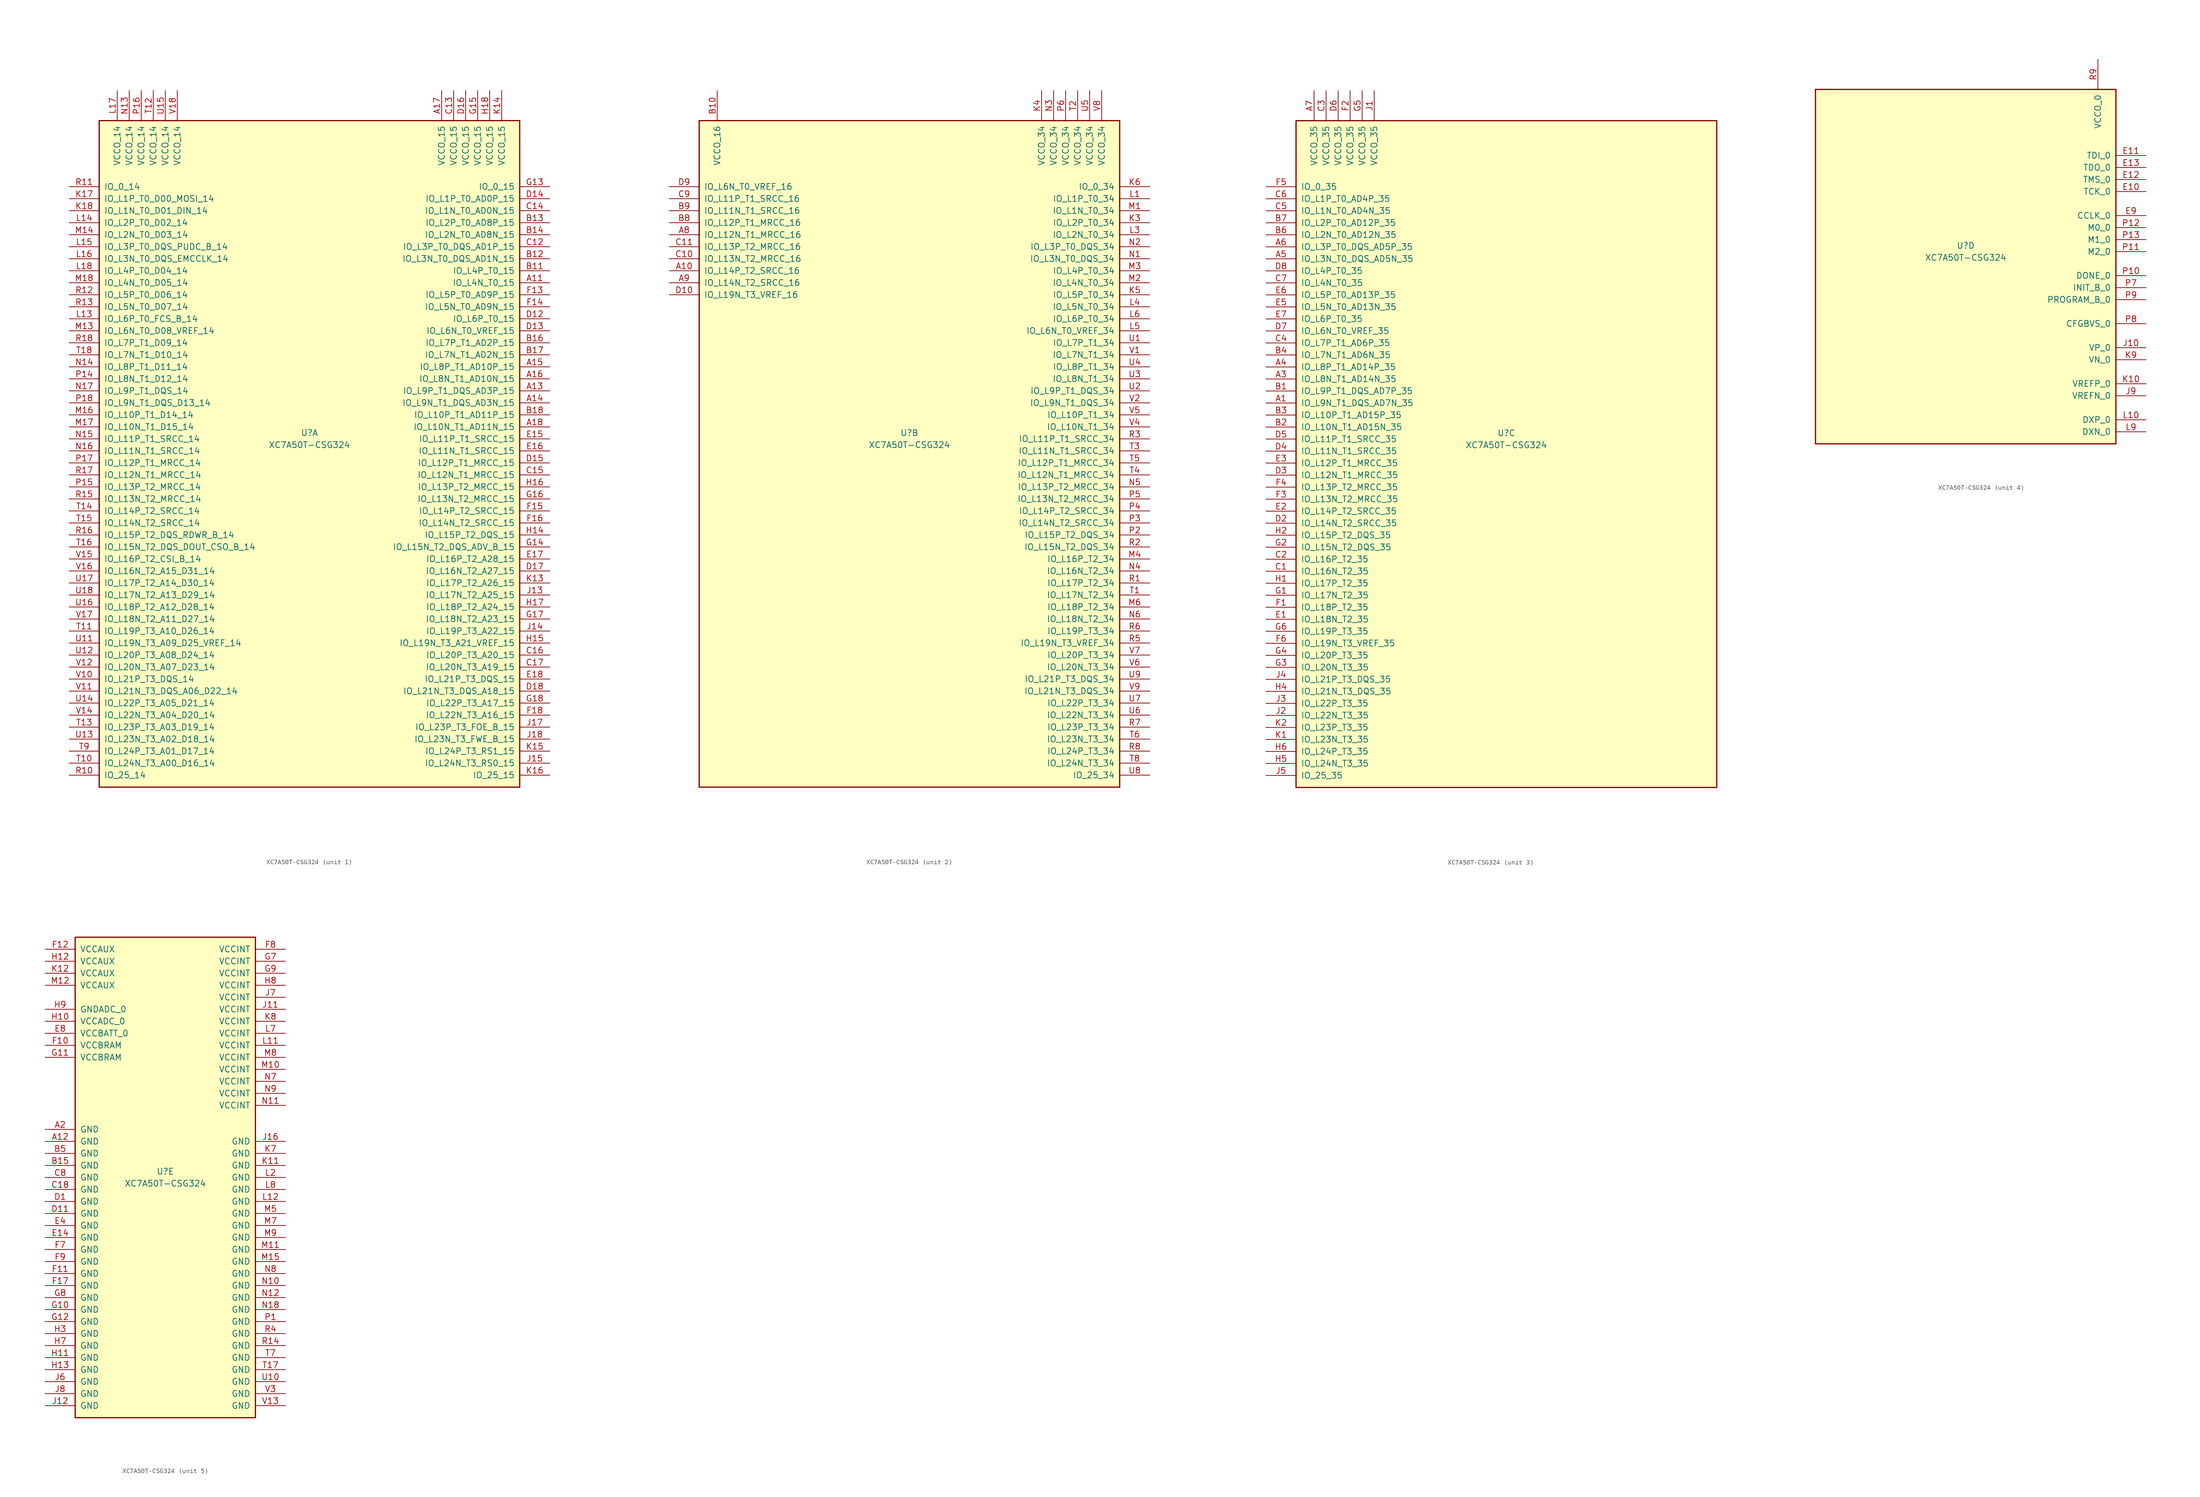
<source format=kicad_sym>
(kicad_symbol_lib
  (version 20201005)
  (generator kicad_symbol_editor)
  (symbol "XC7A50T-CSG324"
    (pin_names
      (offset 1.016))
    (property "Reference" "U"
      (at 0 1.27 0)
      (effects (font (size 1.27 1.27))))
    (property "Value" "XC7A50T-CSG324"
      (at 0 -1.27 0)
      (effects (font (size 1.27 1.27))))
    (property "Datasheet" ""
      (at 0 0 0)
      (effects (font (size 1.27 1.27))))
    (property "ki_locked" ""
      (at 0 0 0)
      (effects (font (size 1.27 1.27))))
    (symbol "XC7A50T-CSG324_1_1"
      (rectangle (start -44.45 67.31) (end 44.45 -73.66) (stroke (width 0.254)) (fill (type background)))
      (pin power_in line (at -40.64 73.66 270) (length 6.35) (name "VCCO_14" (effects (font (size 1.27 1.27)))) (number "L17" (effects (font (size 1.27 1.27)))))
      (pin power_in line (at -38.1 73.66 270) (length 6.35) (name "VCCO_14" (effects (font (size 1.27 1.27)))) (number "N13" (effects (font (size 1.27 1.27)))))
      (pin power_in line (at -35.56 73.66 270) (length 6.35) (name "VCCO_14" (effects (font (size 1.27 1.27)))) (number "P16" (effects (font (size 1.27 1.27)))))
      (pin power_in line (at -33.02 73.66 270) (length 6.35) (name "VCCO_14" (effects (font (size 1.27 1.27)))) (number "T12" (effects (font (size 1.27 1.27)))))
      (pin power_in line (at -30.48 73.66 270) (length 6.35) (name "VCCO_14" (effects (font (size 1.27 1.27)))) (number "U15" (effects (font (size 1.27 1.27)))))
      (pin power_in line (at -27.94 73.66 270) (length 6.35) (name "VCCO_14" (effects (font (size 1.27 1.27)))) (number "V18" (effects (font (size 1.27 1.27)))))
      (pin bidirectional line (at -50.8 53.34 0) (length 6.35) (name "IO_0_14" (effects (font (size 1.27 1.27)))) (number "R11" (effects (font (size 1.27 1.27)))))
      (pin bidirectional line (at -50.8 50.8 0) (length 6.35) (name "IO_L1P_T0_D00_MOSI_14" (effects (font (size 1.27 1.27)))) (number "K17" (effects (font (size 1.27 1.27)))))
      (pin bidirectional line (at -50.8 48.26 0) (length 6.35) (name "IO_L1N_T0_D01_DIN_14" (effects (font (size 1.27 1.27)))) (number "K18" (effects (font (size 1.27 1.27)))))
      (pin bidirectional line (at -50.8 45.72 0) (length 6.35) (name "IO_L2P_T0_D02_14" (effects (font (size 1.27 1.27)))) (number "L14" (effects (font (size 1.27 1.27)))))
      (pin bidirectional line (at -50.8 43.18 0) (length 6.35) (name "IO_L2N_T0_D03_14" (effects (font (size 1.27 1.27)))) (number "M14" (effects (font (size 1.27 1.27)))))
      (pin bidirectional line (at -50.8 40.64 0) (length 6.35) (name "IO_L3P_T0_DQS_PUDC_B_14" (effects (font (size 1.27 1.27)))) (number "L15" (effects (font (size 1.27 1.27)))))
      (pin bidirectional line (at -50.8 38.1 0) (length 6.35) (name "IO_L3N_T0_DQS_EMCCLK_14" (effects (font (size 1.27 1.27)))) (number "L16" (effects (font (size 1.27 1.27)))))
      (pin bidirectional line (at -50.8 35.56 0) (length 6.35) (name "IO_L4P_T0_D04_14" (effects (font (size 1.27 1.27)))) (number "L18" (effects (font (size 1.27 1.27)))))
      (pin bidirectional line (at -50.8 33.02 0) (length 6.35) (name "IO_L4N_T0_D05_14" (effects (font (size 1.27 1.27)))) (number "M18" (effects (font (size 1.27 1.27)))))
      (pin bidirectional line (at -50.8 30.48 0) (length 6.35) (name "IO_L5P_T0_D06_14" (effects (font (size 1.27 1.27)))) (number "R12" (effects (font (size 1.27 1.27)))))
      (pin bidirectional line (at -50.8 27.94 0) (length 6.35) (name "IO_L5N_T0_D07_14" (effects (font (size 1.27 1.27)))) (number "R13" (effects (font (size 1.27 1.27)))))
      (pin bidirectional line (at -50.8 25.4 0) (length 6.35) (name "IO_L6P_T0_FCS_B_14" (effects (font (size 1.27 1.27)))) (number "L13" (effects (font (size 1.27 1.27)))))
      (pin bidirectional line (at -50.8 22.86 0) (length 6.35) (name "IO_L6N_T0_D08_VREF_14" (effects (font (size 1.27 1.27)))) (number "M13" (effects (font (size 1.27 1.27)))))
      (pin bidirectional line (at -50.8 20.32 0) (length 6.35) (name "IO_L7P_T1_D09_14" (effects (font (size 1.27 1.27)))) (number "R18" (effects (font (size 1.27 1.27)))))
      (pin bidirectional line (at -50.8 17.78 0) (length 6.35) (name "IO_L7N_T1_D10_14" (effects (font (size 1.27 1.27)))) (number "T18" (effects (font (size 1.27 1.27)))))
      (pin bidirectional line (at -50.8 15.24 0) (length 6.35) (name "IO_L8P_T1_D11_14" (effects (font (size 1.27 1.27)))) (number "N14" (effects (font (size 1.27 1.27)))))
      (pin bidirectional line (at -50.8 12.7 0) (length 6.35) (name "IO_L8N_T1_D12_14" (effects (font (size 1.27 1.27)))) (number "P14" (effects (font (size 1.27 1.27)))))
      (pin bidirectional line (at -50.8 10.16 0) (length 6.35) (name "IO_L9P_T1_DQS_14" (effects (font (size 1.27 1.27)))) (number "N17" (effects (font (size 1.27 1.27)))))
      (pin bidirectional line (at -50.8 7.62 0) (length 6.35) (name "IO_L9N_T1_DQS_D13_14" (effects (font (size 1.27 1.27)))) (number "P18" (effects (font (size 1.27 1.27)))))
      (pin bidirectional line (at -50.8 5.08 0) (length 6.35) (name "IO_L10P_T1_D14_14" (effects (font (size 1.27 1.27)))) (number "M16" (effects (font (size 1.27 1.27)))))
      (pin bidirectional line (at -50.8 2.54 0) (length 6.35) (name "IO_L10N_T1_D15_14" (effects (font (size 1.27 1.27)))) (number "M17" (effects (font (size 1.27 1.27)))))
      (pin bidirectional line (at -50.8 0 0) (length 6.35) (name "IO_L11P_T1_SRCC_14" (effects (font (size 1.27 1.27)))) (number "N15" (effects (font (size 1.27 1.27)))))
      (pin bidirectional line (at -50.8 -2.54 0) (length 6.35) (name "IO_L11N_T1_SRCC_14" (effects (font (size 1.27 1.27)))) (number "N16" (effects (font (size 1.27 1.27)))))
      (pin bidirectional line (at -50.8 -5.08 0) (length 6.35) (name "IO_L12P_T1_MRCC_14" (effects (font (size 1.27 1.27)))) (number "P17" (effects (font (size 1.27 1.27)))))
      (pin bidirectional line (at -50.8 -7.62 0) (length 6.35) (name "IO_L12N_T1_MRCC_14" (effects (font (size 1.27 1.27)))) (number "R17" (effects (font (size 1.27 1.27)))))
      (pin bidirectional line (at -50.8 -10.16 0) (length 6.35) (name "IO_L13P_T2_MRCC_14" (effects (font (size 1.27 1.27)))) (number "P15" (effects (font (size 1.27 1.27)))))
      (pin bidirectional line (at -50.8 -12.7 0) (length 6.35) (name "IO_L13N_T2_MRCC_14" (effects (font (size 1.27 1.27)))) (number "R15" (effects (font (size 1.27 1.27)))))
      (pin bidirectional line (at -50.8 -15.24 0) (length 6.35) (name "IO_L14P_T2_SRCC_14" (effects (font (size 1.27 1.27)))) (number "T14" (effects (font (size 1.27 1.27)))))
      (pin bidirectional line (at -50.8 -17.78 0) (length 6.35) (name "IO_L14N_T2_SRCC_14" (effects (font (size 1.27 1.27)))) (number "T15" (effects (font (size 1.27 1.27)))))
      (pin bidirectional line (at -50.8 -20.32 0) (length 6.35) (name "IO_L15P_T2_DQS_RDWR_B_14" (effects (font (size 1.27 1.27)))) (number "R16" (effects (font (size 1.27 1.27)))))
      (pin bidirectional line (at -50.8 -22.86 0) (length 6.35) (name "IO_L15N_T2_DQS_DOUT_CSO_B_14" (effects (font (size 1.27 1.27)))) (number "T16" (effects (font (size 1.27 1.27)))))
      (pin bidirectional line (at -50.8 -25.4 0) (length 6.35) (name "IO_L16P_T2_CSI_B_14" (effects (font (size 1.27 1.27)))) (number "V15" (effects (font (size 1.27 1.27)))))
      (pin bidirectional line (at -50.8 -27.94 0) (length 6.35) (name "IO_L16N_T2_A15_D31_14" (effects (font (size 1.27 1.27)))) (number "V16" (effects (font (size 1.27 1.27)))))
      (pin bidirectional line (at -50.8 -30.48 0) (length 6.35) (name "IO_L17P_T2_A14_D30_14" (effects (font (size 1.27 1.27)))) (number "U17" (effects (font (size 1.27 1.27)))))
      (pin bidirectional line (at -50.8 -33.02 0) (length 6.35) (name "IO_L17N_T2_A13_D29_14" (effects (font (size 1.27 1.27)))) (number "U18" (effects (font (size 1.27 1.27)))))
      (pin bidirectional line (at -50.8 -35.56 0) (length 6.35) (name "IO_L18P_T2_A12_D28_14" (effects (font (size 1.27 1.27)))) (number "U16" (effects (font (size 1.27 1.27)))))
      (pin bidirectional line (at -50.8 -38.1 0) (length 6.35) (name "IO_L18N_T2_A11_D27_14" (effects (font (size 1.27 1.27)))) (number "V17" (effects (font (size 1.27 1.27)))))
      (pin bidirectional line (at -50.8 -40.64 0) (length 6.35) (name "IO_L19P_T3_A10_D26_14" (effects (font (size 1.27 1.27)))) (number "T11" (effects (font (size 1.27 1.27)))))
      (pin bidirectional line (at -50.8 -43.18 0) (length 6.35) (name "IO_L19N_T3_A09_D25_VREF_14" (effects (font (size 1.27 1.27)))) (number "U11" (effects (font (size 1.27 1.27)))))
      (pin bidirectional line (at -50.8 -45.72 0) (length 6.35) (name "IO_L20P_T3_A08_D24_14" (effects (font (size 1.27 1.27)))) (number "U12" (effects (font (size 1.27 1.27)))))
      (pin bidirectional line (at -50.8 -48.26 0) (length 6.35) (name "IO_L20N_T3_A07_D23_14" (effects (font (size 1.27 1.27)))) (number "V12" (effects (font (size 1.27 1.27)))))
      (pin bidirectional line (at -50.8 -50.8 0) (length 6.35) (name "IO_L21P_T3_DQS_14" (effects (font (size 1.27 1.27)))) (number "V10" (effects (font (size 1.27 1.27)))))
      (pin bidirectional line (at -50.8 -53.34 0) (length 6.35) (name "IO_L21N_T3_DQS_A06_D22_14" (effects (font (size 1.27 1.27)))) (number "V11" (effects (font (size 1.27 1.27)))))
      (pin bidirectional line (at -50.8 -55.88 0) (length 6.35) (name "IO_L22P_T3_A05_D21_14" (effects (font (size 1.27 1.27)))) (number "U14" (effects (font (size 1.27 1.27)))))
      (pin bidirectional line (at -50.8 -58.42 0) (length 6.35) (name "IO_L22N_T3_A04_D20_14" (effects (font (size 1.27 1.27)))) (number "V14" (effects (font (size 1.27 1.27)))))
      (pin bidirectional line (at -50.8 -60.96 0) (length 6.35) (name "IO_L23P_T3_A03_D19_14" (effects (font (size 1.27 1.27)))) (number "T13" (effects (font (size 1.27 1.27)))))
      (pin bidirectional line (at -50.8 -63.5 0) (length 6.35) (name "IO_L23N_T3_A02_D18_14" (effects (font (size 1.27 1.27)))) (number "U13" (effects (font (size 1.27 1.27)))))
      (pin bidirectional line (at -50.8 -66.04 0) (length 6.35) (name "IO_L24P_T3_A01_D17_14" (effects (font (size 1.27 1.27)))) (number "T9" (effects (font (size 1.27 1.27)))))
      (pin bidirectional line (at -50.8 -68.58 0) (length 6.35) (name "IO_L24N_T3_A00_D16_14" (effects (font (size 1.27 1.27)))) (number "T10" (effects (font (size 1.27 1.27)))))
      (pin bidirectional line (at -50.8 -71.12 0) (length 6.35) (name "IO_25_14" (effects (font (size 1.27 1.27)))) (number "R10" (effects (font (size 1.27 1.27)))))
      (pin power_in line (at 27.94 73.66 270) (length 6.35) (name "VCCO_15" (effects (font (size 1.27 1.27)))) (number "A17" (effects (font (size 1.27 1.27)))))
      (pin power_in line (at 30.48 73.66 270) (length 6.35) (name "VCCO_15" (effects (font (size 1.27 1.27)))) (number "C13" (effects (font (size 1.27 1.27)))))
      (pin power_in line (at 33.02 73.66 270) (length 6.35) (name "VCCO_15" (effects (font (size 1.27 1.27)))) (number "D16" (effects (font (size 1.27 1.27)))))
      (pin power_in line (at 35.56 73.66 270) (length 6.35) (name "VCCO_15" (effects (font (size 1.27 1.27)))) (number "G15" (effects (font (size 1.27 1.27)))))
      (pin power_in line (at 38.1 73.66 270) (length 6.35) (name "VCCO_15" (effects (font (size 1.27 1.27)))) (number "H18" (effects (font (size 1.27 1.27)))))
      (pin power_in line (at 40.64 73.66 270) (length 6.35) (name "VCCO_15" (effects (font (size 1.27 1.27)))) (number "K14" (effects (font (size 1.27 1.27)))))
      (pin bidirectional line (at 50.8 53.34 180) (length 6.35) (name "IO_0_15" (effects (font (size 1.27 1.27)))) (number "G13" (effects (font (size 1.27 1.27)))))
      (pin bidirectional line (at 50.8 50.8 180) (length 6.35) (name "IO_L1P_T0_AD0P_15" (effects (font (size 1.27 1.27)))) (number "D14" (effects (font (size 1.27 1.27)))))
      (pin bidirectional line (at 50.8 48.26 180) (length 6.35) (name "IO_L1N_T0_AD0N_15" (effects (font (size 1.27 1.27)))) (number "C14" (effects (font (size 1.27 1.27)))))
      (pin bidirectional line (at 50.8 45.72 180) (length 6.35) (name "IO_L2P_T0_AD8P_15" (effects (font (size 1.27 1.27)))) (number "B13" (effects (font (size 1.27 1.27)))))
      (pin bidirectional line (at 50.8 43.18 180) (length 6.35) (name "IO_L2N_T0_AD8N_15" (effects (font (size 1.27 1.27)))) (number "B14" (effects (font (size 1.27 1.27)))))
      (pin bidirectional line (at 50.8 40.64 180) (length 6.35) (name "IO_L3P_T0_DQS_AD1P_15" (effects (font (size 1.27 1.27)))) (number "C12" (effects (font (size 1.27 1.27)))))
      (pin bidirectional line (at 50.8 38.1 180) (length 6.35) (name "IO_L3N_T0_DQS_AD1N_15" (effects (font (size 1.27 1.27)))) (number "B12" (effects (font (size 1.27 1.27)))))
      (pin bidirectional line (at 50.8 35.56 180) (length 6.35) (name "IO_L4P_T0_15" (effects (font (size 1.27 1.27)))) (number "B11" (effects (font (size 1.27 1.27)))))
      (pin bidirectional line (at 50.8 33.02 180) (length 6.35) (name "IO_L4N_T0_15" (effects (font (size 1.27 1.27)))) (number "A11" (effects (font (size 1.27 1.27)))))
      (pin bidirectional line (at 50.8 30.48 180) (length 6.35) (name "IO_L5P_T0_AD9P_15" (effects (font (size 1.27 1.27)))) (number "F13" (effects (font (size 1.27 1.27)))))
      (pin bidirectional line (at 50.8 27.94 180) (length 6.35) (name "IO_L5N_T0_AD9N_15" (effects (font (size 1.27 1.27)))) (number "F14" (effects (font (size 1.27 1.27)))))
      (pin bidirectional line (at 50.8 25.4 180) (length 6.35) (name "IO_L6P_T0_15" (effects (font (size 1.27 1.27)))) (number "D12" (effects (font (size 1.27 1.27)))))
      (pin bidirectional line (at 50.8 22.86 180) (length 6.35) (name "IO_L6N_T0_VREF_15" (effects (font (size 1.27 1.27)))) (number "D13" (effects (font (size 1.27 1.27)))))
      (pin bidirectional line (at 50.8 20.32 180) (length 6.35) (name "IO_L7P_T1_AD2P_15" (effects (font (size 1.27 1.27)))) (number "B16" (effects (font (size 1.27 1.27)))))
      (pin bidirectional line (at 50.8 17.78 180) (length 6.35) (name "IO_L7N_T1_AD2N_15" (effects (font (size 1.27 1.27)))) (number "B17" (effects (font (size 1.27 1.27)))))
      (pin bidirectional line (at 50.8 15.24 180) (length 6.35) (name "IO_L8P_T1_AD10P_15" (effects (font (size 1.27 1.27)))) (number "A15" (effects (font (size 1.27 1.27)))))
      (pin bidirectional line (at 50.8 12.7 180) (length 6.35) (name "IO_L8N_T1_AD10N_15" (effects (font (size 1.27 1.27)))) (number "A16" (effects (font (size 1.27 1.27)))))
      (pin bidirectional line (at 50.8 10.16 180) (length 6.35) (name "IO_L9P_T1_DQS_AD3P_15" (effects (font (size 1.27 1.27)))) (number "A13" (effects (font (size 1.27 1.27)))))
      (pin bidirectional line (at 50.8 7.62 180) (length 6.35) (name "IO_L9N_T1_DQS_AD3N_15" (effects (font (size 1.27 1.27)))) (number "A14" (effects (font (size 1.27 1.27)))))
      (pin bidirectional line (at 50.8 5.08 180) (length 6.35) (name "IO_L10P_T1_AD11P_15" (effects (font (size 1.27 1.27)))) (number "B18" (effects (font (size 1.27 1.27)))))
      (pin bidirectional line (at 50.8 2.54 180) (length 6.35) (name "IO_L10N_T1_AD11N_15" (effects (font (size 1.27 1.27)))) (number "A18" (effects (font (size 1.27 1.27)))))
      (pin bidirectional line (at 50.8 0 180) (length 6.35) (name "IO_L11P_T1_SRCC_15" (effects (font (size 1.27 1.27)))) (number "E15" (effects (font (size 1.27 1.27)))))
      (pin bidirectional line (at 50.8 -2.54 180) (length 6.35) (name "IO_L11N_T1_SRCC_15" (effects (font (size 1.27 1.27)))) (number "E16" (effects (font (size 1.27 1.27)))))
      (pin bidirectional line (at 50.8 -5.08 180) (length 6.35) (name "IO_L12P_T1_MRCC_15" (effects (font (size 1.27 1.27)))) (number "D15" (effects (font (size 1.27 1.27)))))
      (pin bidirectional line (at 50.8 -7.62 180) (length 6.35) (name "IO_L12N_T1_MRCC_15" (effects (font (size 1.27 1.27)))) (number "C15" (effects (font (size 1.27 1.27)))))
      (pin bidirectional line (at 50.8 -10.16 180) (length 6.35) (name "IO_L13P_T2_MRCC_15" (effects (font (size 1.27 1.27)))) (number "H16" (effects (font (size 1.27 1.27)))))
      (pin bidirectional line (at 50.8 -12.7 180) (length 6.35) (name "IO_L13N_T2_MRCC_15" (effects (font (size 1.27 1.27)))) (number "G16" (effects (font (size 1.27 1.27)))))
      (pin bidirectional line (at 50.8 -15.24 180) (length 6.35) (name "IO_L14P_T2_SRCC_15" (effects (font (size 1.27 1.27)))) (number "F15" (effects (font (size 1.27 1.27)))))
      (pin bidirectional line (at 50.8 -17.78 180) (length 6.35) (name "IO_L14N_T2_SRCC_15" (effects (font (size 1.27 1.27)))) (number "F16" (effects (font (size 1.27 1.27)))))
      (pin bidirectional line (at 50.8 -20.32 180) (length 6.35) (name "IO_L15P_T2_DQS_15" (effects (font (size 1.27 1.27)))) (number "H14" (effects (font (size 1.27 1.27)))))
      (pin bidirectional line (at 50.8 -22.86 180) (length 6.35) (name "IO_L15N_T2_DQS_ADV_B_15" (effects (font (size 1.27 1.27)))) (number "G14" (effects (font (size 1.27 1.27)))))
      (pin bidirectional line (at 50.8 -25.4 180) (length 6.35) (name "IO_L16P_T2_A28_15" (effects (font (size 1.27 1.27)))) (number "E17" (effects (font (size 1.27 1.27)))))
      (pin bidirectional line (at 50.8 -27.94 180) (length 6.35) (name "IO_L16N_T2_A27_15" (effects (font (size 1.27 1.27)))) (number "D17" (effects (font (size 1.27 1.27)))))
      (pin bidirectional line (at 50.8 -30.48 180) (length 6.35) (name "IO_L17P_T2_A26_15" (effects (font (size 1.27 1.27)))) (number "K13" (effects (font (size 1.27 1.27)))))
      (pin bidirectional line (at 50.8 -33.02 180) (length 6.35) (name "IO_L17N_T2_A25_15" (effects (font (size 1.27 1.27)))) (number "J13" (effects (font (size 1.27 1.27)))))
      (pin bidirectional line (at 50.8 -35.56 180) (length 6.35) (name "IO_L18P_T2_A24_15" (effects (font (size 1.27 1.27)))) (number "H17" (effects (font (size 1.27 1.27)))))
      (pin bidirectional line (at 50.8 -38.1 180) (length 6.35) (name "IO_L18N_T2_A23_15" (effects (font (size 1.27 1.27)))) (number "G17" (effects (font (size 1.27 1.27)))))
      (pin bidirectional line (at 50.8 -40.64 180) (length 6.35) (name "IO_L19P_T3_A22_15" (effects (font (size 1.27 1.27)))) (number "J14" (effects (font (size 1.27 1.27)))))
      (pin bidirectional line (at 50.8 -43.18 180) (length 6.35) (name "IO_L19N_T3_A21_VREF_15" (effects (font (size 1.27 1.27)))) (number "H15" (effects (font (size 1.27 1.27)))))
      (pin bidirectional line (at 50.8 -45.72 180) (length 6.35) (name "IO_L20P_T3_A20_15" (effects (font (size 1.27 1.27)))) (number "C16" (effects (font (size 1.27 1.27)))))
      (pin bidirectional line (at 50.8 -48.26 180) (length 6.35) (name "IO_L20N_T3_A19_15" (effects (font (size 1.27 1.27)))) (number "C17" (effects (font (size 1.27 1.27)))))
      (pin bidirectional line (at 50.8 -50.8 180) (length 6.35) (name "IO_L21P_T3_DQS_15" (effects (font (size 1.27 1.27)))) (number "E18" (effects (font (size 1.27 1.27)))))
      (pin bidirectional line (at 50.8 -53.34 180) (length 6.35) (name "IO_L21N_T3_DQS_A18_15" (effects (font (size 1.27 1.27)))) (number "D18" (effects (font (size 1.27 1.27)))))
      (pin bidirectional line (at 50.8 -55.88 180) (length 6.35) (name "IO_L22P_T3_A17_15" (effects (font (size 1.27 1.27)))) (number "G18" (effects (font (size 1.27 1.27)))))
      (pin bidirectional line (at 50.8 -58.42 180) (length 6.35) (name "IO_L22N_T3_A16_15" (effects (font (size 1.27 1.27)))) (number "F18" (effects (font (size 1.27 1.27)))))
      (pin bidirectional line (at 50.8 -60.96 180) (length 6.35) (name "IO_L23P_T3_FOE_B_15" (effects (font (size 1.27 1.27)))) (number "J17" (effects (font (size 1.27 1.27)))))
      (pin bidirectional line (at 50.8 -63.5 180) (length 6.35) (name "IO_L23N_T3_FWE_B_15" (effects (font (size 1.27 1.27)))) (number "J18" (effects (font (size 1.27 1.27)))))
      (pin bidirectional line (at 50.8 -66.04 180) (length 6.35) (name "IO_L24P_T3_RS1_15" (effects (font (size 1.27 1.27)))) (number "K15" (effects (font (size 1.27 1.27)))))
      (pin bidirectional line (at 50.8 -68.58 180) (length 6.35) (name "IO_L24N_T3_RS0_15" (effects (font (size 1.27 1.27)))) (number "J15" (effects (font (size 1.27 1.27)))))
      (pin bidirectional line (at 50.8 -71.12 180) (length 6.35) (name "IO_25_15" (effects (font (size 1.27 1.27)))) (number "K16" (effects (font (size 1.27 1.27))))))
    (symbol "XC7A50T-CSG324_2_1"
      (rectangle (start -44.45 67.31) (end 44.45 -73.66) (stroke (width 0.254)) (fill (type background)))
      (pin power_in line (at -40.64 73.66 270) (length 6.35) (name "VCCO_16" (effects (font (size 1.27 1.27)))) (number "B10" (effects (font (size 1.27 1.27)))))
      (pin bidirectional line (at -50.8 53.34 0) (length 6.35) (name "IO_L6N_T0_VREF_16" (effects (font (size 1.27 1.27)))) (number "D9" (effects (font (size 1.27 1.27)))))
      (pin bidirectional line (at -50.8 50.8 0) (length 6.35) (name "IO_L11P_T1_SRCC_16" (effects (font (size 1.27 1.27)))) (number "C9" (effects (font (size 1.27 1.27)))))
      (pin bidirectional line (at -50.8 48.26 0) (length 6.35) (name "IO_L11N_T1_SRCC_16" (effects (font (size 1.27 1.27)))) (number "B9" (effects (font (size 1.27 1.27)))))
      (pin bidirectional line (at -50.8 45.72 0) (length 6.35) (name "IO_L12P_T1_MRCC_16" (effects (font (size 1.27 1.27)))) (number "B8" (effects (font (size 1.27 1.27)))))
      (pin bidirectional line (at -50.8 43.18 0) (length 6.35) (name "IO_L12N_T1_MRCC_16" (effects (font (size 1.27 1.27)))) (number "A8" (effects (font (size 1.27 1.27)))))
      (pin bidirectional line (at -50.8 40.64 0) (length 6.35) (name "IO_L13P_T2_MRCC_16" (effects (font (size 1.27 1.27)))) (number "C11" (effects (font (size 1.27 1.27)))))
      (pin bidirectional line (at -50.8 38.1 0) (length 6.35) (name "IO_L13N_T2_MRCC_16" (effects (font (size 1.27 1.27)))) (number "C10" (effects (font (size 1.27 1.27)))))
      (pin bidirectional line (at -50.8 35.56 0) (length 6.35) (name "IO_L14P_T2_SRCC_16" (effects (font (size 1.27 1.27)))) (number "A10" (effects (font (size 1.27 1.27)))))
      (pin bidirectional line (at -50.8 33.02 0) (length 6.35) (name "IO_L14N_T2_SRCC_16" (effects (font (size 1.27 1.27)))) (number "A9" (effects (font (size 1.27 1.27)))))
      (pin bidirectional line (at -50.8 30.48 0) (length 6.35) (name "IO_L19N_T3_VREF_16" (effects (font (size 1.27 1.27)))) (number "D10" (effects (font (size 1.27 1.27)))))
      (pin power_in line (at 27.94 73.66 270) (length 6.35) (name "VCCO_34" (effects (font (size 1.27 1.27)))) (number "K4" (effects (font (size 1.27 1.27)))))
      (pin power_in line (at 30.48 73.66 270) (length 6.35) (name "VCCO_34" (effects (font (size 1.27 1.27)))) (number "N3" (effects (font (size 1.27 1.27)))))
      (pin power_in line (at 33.02 73.66 270) (length 6.35) (name "VCCO_34" (effects (font (size 1.27 1.27)))) (number "P6" (effects (font (size 1.27 1.27)))))
      (pin power_in line (at 35.56 73.66 270) (length 6.35) (name "VCCO_34" (effects (font (size 1.27 1.27)))) (number "T2" (effects (font (size 1.27 1.27)))))
      (pin power_in line (at 38.1 73.66 270) (length 6.35) (name "VCCO_34" (effects (font (size 1.27 1.27)))) (number "U5" (effects (font (size 1.27 1.27)))))
      (pin power_in line (at 40.64 73.66 270) (length 6.35) (name "VCCO_34" (effects (font (size 1.27 1.27)))) (number "V8" (effects (font (size 1.27 1.27)))))
      (pin bidirectional line (at 50.8 53.34 180) (length 6.35) (name "IO_0_34" (effects (font (size 1.27 1.27)))) (number "K6" (effects (font (size 1.27 1.27)))))
      (pin bidirectional line (at 50.8 50.8 180) (length 6.35) (name "IO_L1P_T0_34" (effects (font (size 1.27 1.27)))) (number "L1" (effects (font (size 1.27 1.27)))))
      (pin bidirectional line (at 50.8 48.26 180) (length 6.35) (name "IO_L1N_T0_34" (effects (font (size 1.27 1.27)))) (number "M1" (effects (font (size 1.27 1.27)))))
      (pin bidirectional line (at 50.8 45.72 180) (length 6.35) (name "IO_L2P_T0_34" (effects (font (size 1.27 1.27)))) (number "K3" (effects (font (size 1.27 1.27)))))
      (pin bidirectional line (at 50.8 43.18 180) (length 6.35) (name "IO_L2N_T0_34" (effects (font (size 1.27 1.27)))) (number "L3" (effects (font (size 1.27 1.27)))))
      (pin bidirectional line (at 50.8 40.64 180) (length 6.35) (name "IO_L3P_T0_DQS_34" (effects (font (size 1.27 1.27)))) (number "N2" (effects (font (size 1.27 1.27)))))
      (pin bidirectional line (at 50.8 38.1 180) (length 6.35) (name "IO_L3N_T0_DQS_34" (effects (font (size 1.27 1.27)))) (number "N1" (effects (font (size 1.27 1.27)))))
      (pin bidirectional line (at 50.8 35.56 180) (length 6.35) (name "IO_L4P_T0_34" (effects (font (size 1.27 1.27)))) (number "M3" (effects (font (size 1.27 1.27)))))
      (pin bidirectional line (at 50.8 33.02 180) (length 6.35) (name "IO_L4N_T0_34" (effects (font (size 1.27 1.27)))) (number "M2" (effects (font (size 1.27 1.27)))))
      (pin bidirectional line (at 50.8 30.48 180) (length 6.35) (name "IO_L5P_T0_34" (effects (font (size 1.27 1.27)))) (number "K5" (effects (font (size 1.27 1.27)))))
      (pin bidirectional line (at 50.8 27.94 180) (length 6.35) (name "IO_L5N_T0_34" (effects (font (size 1.27 1.27)))) (number "L4" (effects (font (size 1.27 1.27)))))
      (pin bidirectional line (at 50.8 25.4 180) (length 6.35) (name "IO_L6P_T0_34" (effects (font (size 1.27 1.27)))) (number "L6" (effects (font (size 1.27 1.27)))))
      (pin bidirectional line (at 50.8 22.86 180) (length 6.35) (name "IO_L6N_T0_VREF_34" (effects (font (size 1.27 1.27)))) (number "L5" (effects (font (size 1.27 1.27)))))
      (pin bidirectional line (at 50.8 20.32 180) (length 6.35) (name "IO_L7P_T1_34" (effects (font (size 1.27 1.27)))) (number "U1" (effects (font (size 1.27 1.27)))))
      (pin bidirectional line (at 50.8 17.78 180) (length 6.35) (name "IO_L7N_T1_34" (effects (font (size 1.27 1.27)))) (number "V1" (effects (font (size 1.27 1.27)))))
      (pin bidirectional line (at 50.8 15.24 180) (length 6.35) (name "IO_L8P_T1_34" (effects (font (size 1.27 1.27)))) (number "U4" (effects (font (size 1.27 1.27)))))
      (pin bidirectional line (at 50.8 12.7 180) (length 6.35) (name "IO_L8N_T1_34" (effects (font (size 1.27 1.27)))) (number "U3" (effects (font (size 1.27 1.27)))))
      (pin bidirectional line (at 50.8 10.16 180) (length 6.35) (name "IO_L9P_T1_DQS_34" (effects (font (size 1.27 1.27)))) (number "U2" (effects (font (size 1.27 1.27)))))
      (pin bidirectional line (at 50.8 7.62 180) (length 6.35) (name "IO_L9N_T1_DQS_34" (effects (font (size 1.27 1.27)))) (number "V2" (effects (font (size 1.27 1.27)))))
      (pin bidirectional line (at 50.8 5.08 180) (length 6.35) (name "IO_L10P_T1_34" (effects (font (size 1.27 1.27)))) (number "V5" (effects (font (size 1.27 1.27)))))
      (pin bidirectional line (at 50.8 2.54 180) (length 6.35) (name "IO_L10N_T1_34" (effects (font (size 1.27 1.27)))) (number "V4" (effects (font (size 1.27 1.27)))))
      (pin bidirectional line (at 50.8 0 180) (length 6.35) (name "IO_L11P_T1_SRCC_34" (effects (font (size 1.27 1.27)))) (number "R3" (effects (font (size 1.27 1.27)))))
      (pin bidirectional line (at 50.8 -2.54 180) (length 6.35) (name "IO_L11N_T1_SRCC_34" (effects (font (size 1.27 1.27)))) (number "T3" (effects (font (size 1.27 1.27)))))
      (pin bidirectional line (at 50.8 -5.08 180) (length 6.35) (name "IO_L12P_T1_MRCC_34" (effects (font (size 1.27 1.27)))) (number "T5" (effects (font (size 1.27 1.27)))))
      (pin bidirectional line (at 50.8 -7.62 180) (length 6.35) (name "IO_L12N_T1_MRCC_34" (effects (font (size 1.27 1.27)))) (number "T4" (effects (font (size 1.27 1.27)))))
      (pin bidirectional line (at 50.8 -10.16 180) (length 6.35) (name "IO_L13P_T2_MRCC_34" (effects (font (size 1.27 1.27)))) (number "N5" (effects (font (size 1.27 1.27)))))
      (pin bidirectional line (at 50.8 -12.7 180) (length 6.35) (name "IO_L13N_T2_MRCC_34" (effects (font (size 1.27 1.27)))) (number "P5" (effects (font (size 1.27 1.27)))))
      (pin bidirectional line (at 50.8 -15.24 180) (length 6.35) (name "IO_L14P_T2_SRCC_34" (effects (font (size 1.27 1.27)))) (number "P4" (effects (font (size 1.27 1.27)))))
      (pin bidirectional line (at 50.8 -17.78 180) (length 6.35) (name "IO_L14N_T2_SRCC_34" (effects (font (size 1.27 1.27)))) (number "P3" (effects (font (size 1.27 1.27)))))
      (pin bidirectional line (at 50.8 -20.32 180) (length 6.35) (name "IO_L15P_T2_DQS_34" (effects (font (size 1.27 1.27)))) (number "P2" (effects (font (size 1.27 1.27)))))
      (pin bidirectional line (at 50.8 -22.86 180) (length 6.35) (name "IO_L15N_T2_DQS_34" (effects (font (size 1.27 1.27)))) (number "R2" (effects (font (size 1.27 1.27)))))
      (pin bidirectional line (at 50.8 -25.4 180) (length 6.35) (name "IO_L16P_T2_34" (effects (font (size 1.27 1.27)))) (number "M4" (effects (font (size 1.27 1.27)))))
      (pin bidirectional line (at 50.8 -27.94 180) (length 6.35) (name "IO_L16N_T2_34" (effects (font (size 1.27 1.27)))) (number "N4" (effects (font (size 1.27 1.27)))))
      (pin bidirectional line (at 50.8 -30.48 180) (length 6.35) (name "IO_L17P_T2_34" (effects (font (size 1.27 1.27)))) (number "R1" (effects (font (size 1.27 1.27)))))
      (pin bidirectional line (at 50.8 -33.02 180) (length 6.35) (name "IO_L17N_T2_34" (effects (font (size 1.27 1.27)))) (number "T1" (effects (font (size 1.27 1.27)))))
      (pin bidirectional line (at 50.8 -35.56 180) (length 6.35) (name "IO_L18P_T2_34" (effects (font (size 1.27 1.27)))) (number "M6" (effects (font (size 1.27 1.27)))))
      (pin bidirectional line (at 50.8 -38.1 180) (length 6.35) (name "IO_L18N_T2_34" (effects (font (size 1.27 1.27)))) (number "N6" (effects (font (size 1.27 1.27)))))
      (pin bidirectional line (at 50.8 -40.64 180) (length 6.35) (name "IO_L19P_T3_34" (effects (font (size 1.27 1.27)))) (number "R6" (effects (font (size 1.27 1.27)))))
      (pin bidirectional line (at 50.8 -43.18 180) (length 6.35) (name "IO_L19N_T3_VREF_34" (effects (font (size 1.27 1.27)))) (number "R5" (effects (font (size 1.27 1.27)))))
      (pin bidirectional line (at 50.8 -45.72 180) (length 6.35) (name "IO_L20P_T3_34" (effects (font (size 1.27 1.27)))) (number "V7" (effects (font (size 1.27 1.27)))))
      (pin bidirectional line (at 50.8 -48.26 180) (length 6.35) (name "IO_L20N_T3_34" (effects (font (size 1.27 1.27)))) (number "V6" (effects (font (size 1.27 1.27)))))
      (pin bidirectional line (at 50.8 -50.8 180) (length 6.35) (name "IO_L21P_T3_DQS_34" (effects (font (size 1.27 1.27)))) (number "U9" (effects (font (size 1.27 1.27)))))
      (pin bidirectional line (at 50.8 -53.34 180) (length 6.35) (name "IO_L21N_T3_DQS_34" (effects (font (size 1.27 1.27)))) (number "V9" (effects (font (size 1.27 1.27)))))
      (pin bidirectional line (at 50.8 -55.88 180) (length 6.35) (name "IO_L22P_T3_34" (effects (font (size 1.27 1.27)))) (number "U7" (effects (font (size 1.27 1.27)))))
      (pin bidirectional line (at 50.8 -58.42 180) (length 6.35) (name "IO_L22N_T3_34" (effects (font (size 1.27 1.27)))) (number "U6" (effects (font (size 1.27 1.27)))))
      (pin bidirectional line (at 50.8 -60.96 180) (length 6.35) (name "IO_L23P_T3_34" (effects (font (size 1.27 1.27)))) (number "R7" (effects (font (size 1.27 1.27)))))
      (pin bidirectional line (at 50.8 -63.5 180) (length 6.35) (name "IO_L23N_T3_34" (effects (font (size 1.27 1.27)))) (number "T6" (effects (font (size 1.27 1.27)))))
      (pin bidirectional line (at 50.8 -66.04 180) (length 6.35) (name "IO_L24P_T3_34" (effects (font (size 1.27 1.27)))) (number "R8" (effects (font (size 1.27 1.27)))))
      (pin bidirectional line (at 50.8 -68.58 180) (length 6.35) (name "IO_L24N_T3_34" (effects (font (size 1.27 1.27)))) (number "T8" (effects (font (size 1.27 1.27)))))
      (pin bidirectional line (at 50.8 -71.12 180) (length 6.35) (name "IO_25_34" (effects (font (size 1.27 1.27)))) (number "U8" (effects (font (size 1.27 1.27))))))
    (symbol "XC7A50T-CSG324_3_1"
      (rectangle (start -44.45 67.31) (end 44.45 -73.66) (stroke (width 0.254)) (fill (type background)))
      (pin power_in line (at -40.64 73.66 270) (length 6.35) (name "VCCO_35" (effects (font (size 1.27 1.27)))) (number "A7" (effects (font (size 1.27 1.27)))))
      (pin power_in line (at -38.1 73.66 270) (length 6.35) (name "VCCO_35" (effects (font (size 1.27 1.27)))) (number "C3" (effects (font (size 1.27 1.27)))))
      (pin power_in line (at -35.56 73.66 270) (length 6.35) (name "VCCO_35" (effects (font (size 1.27 1.27)))) (number "D6" (effects (font (size 1.27 1.27)))))
      (pin power_in line (at -33.02 73.66 270) (length 6.35) (name "VCCO_35" (effects (font (size 1.27 1.27)))) (number "F2" (effects (font (size 1.27 1.27)))))
      (pin power_in line (at -30.48 73.66 270) (length 6.35) (name "VCCO_35" (effects (font (size 1.27 1.27)))) (number "G5" (effects (font (size 1.27 1.27)))))
      (pin power_in line (at -27.94 73.66 270) (length 6.35) (name "VCCO_35" (effects (font (size 1.27 1.27)))) (number "J1" (effects (font (size 1.27 1.27)))))
      (pin bidirectional line (at -50.8 53.34 0) (length 6.35) (name "IO_0_35" (effects (font (size 1.27 1.27)))) (number "F5" (effects (font (size 1.27 1.27)))))
      (pin bidirectional line (at -50.8 50.8 0) (length 6.35) (name "IO_L1P_T0_AD4P_35" (effects (font (size 1.27 1.27)))) (number "C6" (effects (font (size 1.27 1.27)))))
      (pin bidirectional line (at -50.8 48.26 0) (length 6.35) (name "IO_L1N_T0_AD4N_35" (effects (font (size 1.27 1.27)))) (number "C5" (effects (font (size 1.27 1.27)))))
      (pin bidirectional line (at -50.8 45.72 0) (length 6.35) (name "IO_L2P_T0_AD12P_35" (effects (font (size 1.27 1.27)))) (number "B7" (effects (font (size 1.27 1.27)))))
      (pin bidirectional line (at -50.8 43.18 0) (length 6.35) (name "IO_L2N_T0_AD12N_35" (effects (font (size 1.27 1.27)))) (number "B6" (effects (font (size 1.27 1.27)))))
      (pin bidirectional line (at -50.8 40.64 0) (length 6.35) (name "IO_L3P_T0_DQS_AD5P_35" (effects (font (size 1.27 1.27)))) (number "A6" (effects (font (size 1.27 1.27)))))
      (pin bidirectional line (at -50.8 38.1 0) (length 6.35) (name "IO_L3N_T0_DQS_AD5N_35" (effects (font (size 1.27 1.27)))) (number "A5" (effects (font (size 1.27 1.27)))))
      (pin bidirectional line (at -50.8 35.56 0) (length 6.35) (name "IO_L4P_T0_35" (effects (font (size 1.27 1.27)))) (number "D8" (effects (font (size 1.27 1.27)))))
      (pin bidirectional line (at -50.8 33.02 0) (length 6.35) (name "IO_L4N_T0_35" (effects (font (size 1.27 1.27)))) (number "C7" (effects (font (size 1.27 1.27)))))
      (pin bidirectional line (at -50.8 30.48 0) (length 6.35) (name "IO_L5P_T0_AD13P_35" (effects (font (size 1.27 1.27)))) (number "E6" (effects (font (size 1.27 1.27)))))
      (pin bidirectional line (at -50.8 27.94 0) (length 6.35) (name "IO_L5N_T0_AD13N_35" (effects (font (size 1.27 1.27)))) (number "E5" (effects (font (size 1.27 1.27)))))
      (pin bidirectional line (at -50.8 25.4 0) (length 6.35) (name "IO_L6P_T0_35" (effects (font (size 1.27 1.27)))) (number "E7" (effects (font (size 1.27 1.27)))))
      (pin bidirectional line (at -50.8 22.86 0) (length 6.35) (name "IO_L6N_T0_VREF_35" (effects (font (size 1.27 1.27)))) (number "D7" (effects (font (size 1.27 1.27)))))
      (pin bidirectional line (at -50.8 20.32 0) (length 6.35) (name "IO_L7P_T1_AD6P_35" (effects (font (size 1.27 1.27)))) (number "C4" (effects (font (size 1.27 1.27)))))
      (pin bidirectional line (at -50.8 17.78 0) (length 6.35) (name "IO_L7N_T1_AD6N_35" (effects (font (size 1.27 1.27)))) (number "B4" (effects (font (size 1.27 1.27)))))
      (pin bidirectional line (at -50.8 15.24 0) (length 6.35) (name "IO_L8P_T1_AD14P_35" (effects (font (size 1.27 1.27)))) (number "A4" (effects (font (size 1.27 1.27)))))
      (pin bidirectional line (at -50.8 12.7 0) (length 6.35) (name "IO_L8N_T1_AD14N_35" (effects (font (size 1.27 1.27)))) (number "A3" (effects (font (size 1.27 1.27)))))
      (pin bidirectional line (at -50.8 10.16 0) (length 6.35) (name "IO_L9P_T1_DQS_AD7P_35" (effects (font (size 1.27 1.27)))) (number "B1" (effects (font (size 1.27 1.27)))))
      (pin bidirectional line (at -50.8 7.62 0) (length 6.35) (name "IO_L9N_T1_DQS_AD7N_35" (effects (font (size 1.27 1.27)))) (number "A1" (effects (font (size 1.27 1.27)))))
      (pin bidirectional line (at -50.8 5.08 0) (length 6.35) (name "IO_L10P_T1_AD15P_35" (effects (font (size 1.27 1.27)))) (number "B3" (effects (font (size 1.27 1.27)))))
      (pin bidirectional line (at -50.8 2.54 0) (length 6.35) (name "IO_L10N_T1_AD15N_35" (effects (font (size 1.27 1.27)))) (number "B2" (effects (font (size 1.27 1.27)))))
      (pin bidirectional line (at -50.8 0 0) (length 6.35) (name "IO_L11P_T1_SRCC_35" (effects (font (size 1.27 1.27)))) (number "D5" (effects (font (size 1.27 1.27)))))
      (pin bidirectional line (at -50.8 -2.54 0) (length 6.35) (name "IO_L11N_T1_SRCC_35" (effects (font (size 1.27 1.27)))) (number "D4" (effects (font (size 1.27 1.27)))))
      (pin bidirectional line (at -50.8 -5.08 0) (length 6.35) (name "IO_L12P_T1_MRCC_35" (effects (font (size 1.27 1.27)))) (number "E3" (effects (font (size 1.27 1.27)))))
      (pin bidirectional line (at -50.8 -7.62 0) (length 6.35) (name "IO_L12N_T1_MRCC_35" (effects (font (size 1.27 1.27)))) (number "D3" (effects (font (size 1.27 1.27)))))
      (pin bidirectional line (at -50.8 -10.16 0) (length 6.35) (name "IO_L13P_T2_MRCC_35" (effects (font (size 1.27 1.27)))) (number "F4" (effects (font (size 1.27 1.27)))))
      (pin bidirectional line (at -50.8 -12.7 0) (length 6.35) (name "IO_L13N_T2_MRCC_35" (effects (font (size 1.27 1.27)))) (number "F3" (effects (font (size 1.27 1.27)))))
      (pin bidirectional line (at -50.8 -15.24 0) (length 6.35) (name "IO_L14P_T2_SRCC_35" (effects (font (size 1.27 1.27)))) (number "E2" (effects (font (size 1.27 1.27)))))
      (pin bidirectional line (at -50.8 -17.78 0) (length 6.35) (name "IO_L14N_T2_SRCC_35" (effects (font (size 1.27 1.27)))) (number "D2" (effects (font (size 1.27 1.27)))))
      (pin bidirectional line (at -50.8 -20.32 0) (length 6.35) (name "IO_L15P_T2_DQS_35" (effects (font (size 1.27 1.27)))) (number "H2" (effects (font (size 1.27 1.27)))))
      (pin bidirectional line (at -50.8 -22.86 0) (length 6.35) (name "IO_L15N_T2_DQS_35" (effects (font (size 1.27 1.27)))) (number "G2" (effects (font (size 1.27 1.27)))))
      (pin bidirectional line (at -50.8 -25.4 0) (length 6.35) (name "IO_L16P_T2_35" (effects (font (size 1.27 1.27)))) (number "C2" (effects (font (size 1.27 1.27)))))
      (pin bidirectional line (at -50.8 -27.94 0) (length 6.35) (name "IO_L16N_T2_35" (effects (font (size 1.27 1.27)))) (number "C1" (effects (font (size 1.27 1.27)))))
      (pin bidirectional line (at -50.8 -30.48 0) (length 6.35) (name "IO_L17P_T2_35" (effects (font (size 1.27 1.27)))) (number "H1" (effects (font (size 1.27 1.27)))))
      (pin bidirectional line (at -50.8 -33.02 0) (length 6.35) (name "IO_L17N_T2_35" (effects (font (size 1.27 1.27)))) (number "G1" (effects (font (size 1.27 1.27)))))
      (pin bidirectional line (at -50.8 -35.56 0) (length 6.35) (name "IO_L18P_T2_35" (effects (font (size 1.27 1.27)))) (number "F1" (effects (font (size 1.27 1.27)))))
      (pin bidirectional line (at -50.8 -38.1 0) (length 6.35) (name "IO_L18N_T2_35" (effects (font (size 1.27 1.27)))) (number "E1" (effects (font (size 1.27 1.27)))))
      (pin bidirectional line (at -50.8 -40.64 0) (length 6.35) (name "IO_L19P_T3_35" (effects (font (size 1.27 1.27)))) (number "G6" (effects (font (size 1.27 1.27)))))
      (pin bidirectional line (at -50.8 -43.18 0) (length 6.35) (name "IO_L19N_T3_VREF_35" (effects (font (size 1.27 1.27)))) (number "F6" (effects (font (size 1.27 1.27)))))
      (pin bidirectional line (at -50.8 -45.72 0) (length 6.35) (name "IO_L20P_T3_35" (effects (font (size 1.27 1.27)))) (number "G4" (effects (font (size 1.27 1.27)))))
      (pin bidirectional line (at -50.8 -48.26 0) (length 6.35) (name "IO_L20N_T3_35" (effects (font (size 1.27 1.27)))) (number "G3" (effects (font (size 1.27 1.27)))))
      (pin bidirectional line (at -50.8 -50.8 0) (length 6.35) (name "IO_L21P_T3_DQS_35" (effects (font (size 1.27 1.27)))) (number "J4" (effects (font (size 1.27 1.27)))))
      (pin bidirectional line (at -50.8 -53.34 0) (length 6.35) (name "IO_L21N_T3_DQS_35" (effects (font (size 1.27 1.27)))) (number "H4" (effects (font (size 1.27 1.27)))))
      (pin bidirectional line (at -50.8 -55.88 0) (length 6.35) (name "IO_L22P_T3_35" (effects (font (size 1.27 1.27)))) (number "J3" (effects (font (size 1.27 1.27)))))
      (pin bidirectional line (at -50.8 -58.42 0) (length 6.35) (name "IO_L22N_T3_35" (effects (font (size 1.27 1.27)))) (number "J2" (effects (font (size 1.27 1.27)))))
      (pin bidirectional line (at -50.8 -60.96 0) (length 6.35) (name "IO_L23P_T3_35" (effects (font (size 1.27 1.27)))) (number "K2" (effects (font (size 1.27 1.27)))))
      (pin bidirectional line (at -50.8 -63.5 0) (length 6.35) (name "IO_L23N_T3_35" (effects (font (size 1.27 1.27)))) (number "K1" (effects (font (size 1.27 1.27)))))
      (pin bidirectional line (at -50.8 -66.04 0) (length 6.35) (name "IO_L24P_T3_35" (effects (font (size 1.27 1.27)))) (number "H6" (effects (font (size 1.27 1.27)))))
      (pin bidirectional line (at -50.8 -68.58 0) (length 6.35) (name "IO_L24N_T3_35" (effects (font (size 1.27 1.27)))) (number "H5" (effects (font (size 1.27 1.27)))))
      (pin bidirectional line (at -50.8 -71.12 0) (length 6.35) (name "IO_25_35" (effects (font (size 1.27 1.27)))) (number "J5" (effects (font (size 1.27 1.27))))))
    (symbol "XC7A50T-CSG324_4_1"
      (rectangle (start -31.75 34.29) (end 31.75 -40.64) (stroke (width 0.254)) (fill (type background)))
      (pin power_in line (at 27.94 40.64 270) (length 6.35) (name "VCCO_0" (effects (font (size 1.27 1.27)))) (number "R9" (effects (font (size 1.27 1.27)))))
      (pin bidirectional line (at 38.1 20.32 180) (length 6.35) (name "TDI_0" (effects (font (size 1.27 1.27)))) (number "E11" (effects (font (size 1.27 1.27)))))
      (pin bidirectional line (at 38.1 17.78 180) (length 6.35) (name "TDO_0" (effects (font (size 1.27 1.27)))) (number "E13" (effects (font (size 1.27 1.27)))))
      (pin bidirectional line (at 38.1 15.24 180) (length 6.35) (name "TMS_0" (effects (font (size 1.27 1.27)))) (number "E12" (effects (font (size 1.27 1.27)))))
      (pin bidirectional line (at 38.1 12.7 180) (length 6.35) (name "TCK_0" (effects (font (size 1.27 1.27)))) (number "E10" (effects (font (size 1.27 1.27)))))
      (pin bidirectional line (at 38.1 7.62 180) (length 6.35) (name "CCLK_0" (effects (font (size 1.27 1.27)))) (number "E9" (effects (font (size 1.27 1.27)))))
      (pin bidirectional line (at 38.1 5.08 180) (length 6.35) (name "M0_0" (effects (font (size 1.27 1.27)))) (number "P12" (effects (font (size 1.27 1.27)))))
      (pin bidirectional line (at 38.1 2.54 180) (length 6.35) (name "M1_0" (effects (font (size 1.27 1.27)))) (number "P13" (effects (font (size 1.27 1.27)))))
      (pin bidirectional line (at 38.1 0 180) (length 6.35) (name "M2_0" (effects (font (size 1.27 1.27)))) (number "P11" (effects (font (size 1.27 1.27)))))
      (pin bidirectional line (at 38.1 -5.08 180) (length 6.35) (name "DONE_0" (effects (font (size 1.27 1.27)))) (number "P10" (effects (font (size 1.27 1.27)))))
      (pin bidirectional line (at 38.1 -7.62 180) (length 6.35) (name "INIT_B_0" (effects (font (size 1.27 1.27)))) (number "P7" (effects (font (size 1.27 1.27)))))
      (pin bidirectional line (at 38.1 -10.16 180) (length 6.35) (name "PROGRAM_B_0" (effects (font (size 1.27 1.27)))) (number "P9" (effects (font (size 1.27 1.27)))))
      (pin bidirectional line (at 38.1 -15.24 180) (length 6.35) (name "CFGBVS_0" (effects (font (size 1.27 1.27)))) (number "P8" (effects (font (size 1.27 1.27)))))
      (pin bidirectional line (at 38.1 -20.32 180) (length 6.35) (name "VP_0" (effects (font (size 1.27 1.27)))) (number "J10" (effects (font (size 1.27 1.27)))))
      (pin bidirectional line (at 38.1 -22.86 180) (length 6.35) (name "VN_0" (effects (font (size 1.27 1.27)))) (number "K9" (effects (font (size 1.27 1.27)))))
      (pin bidirectional line (at 38.1 -27.94 180) (length 6.35) (name "VREFP_0" (effects (font (size 1.27 1.27)))) (number "K10" (effects (font (size 1.27 1.27)))))
      (pin bidirectional line (at 38.1 -30.48 180) (length 6.35) (name "VREFN_0" (effects (font (size 1.27 1.27)))) (number "J9" (effects (font (size 1.27 1.27)))))
      (pin bidirectional line (at 38.1 -35.56 180) (length 6.35) (name "DXP_0" (effects (font (size 1.27 1.27)))) (number "L10" (effects (font (size 1.27 1.27)))))
      (pin bidirectional line (at 38.1 -38.1 180) (length 6.35) (name "DXN_0" (effects (font (size 1.27 1.27)))) (number "L9" (effects (font (size 1.27 1.27))))))
    (symbol "XC7A50T-CSG324_5_1"
      (rectangle (start -19.05 50.8) (end 19.05 -50.8) (stroke (width 0.254)) (fill (type background)))
      (pin power_in line (at -25.4 48.26 0) (length 6.35) (name "VCCAUX" (effects (font (size 1.27 1.27)))) (number "F12" (effects (font (size 1.27 1.27)))))
      (pin power_in line (at -25.4 45.72 0) (length 6.35) (name "VCCAUX" (effects (font (size 1.27 1.27)))) (number "H12" (effects (font (size 1.27 1.27)))))
      (pin power_in line (at -25.4 43.18 0) (length 6.35) (name "VCCAUX" (effects (font (size 1.27 1.27)))) (number "K12" (effects (font (size 1.27 1.27)))))
      (pin power_in line (at -25.4 40.64 0) (length 6.35) (name "VCCAUX" (effects (font (size 1.27 1.27)))) (number "M12" (effects (font (size 1.27 1.27)))))
      (pin power_in line (at -25.4 35.56 0) (length 6.35) (name "GNDADC_0" (effects (font (size 1.27 1.27)))) (number "H9" (effects (font (size 1.27 1.27)))))
      (pin power_in line (at -25.4 33.02 0) (length 6.35) (name "VCCADC_0" (effects (font (size 1.27 1.27)))) (number "H10" (effects (font (size 1.27 1.27)))))
      (pin power_in line (at -25.4 30.48 0) (length 6.35) (name "VCCBATT_0" (effects (font (size 1.27 1.27)))) (number "E8" (effects (font (size 1.27 1.27)))))
      (pin power_in line (at -25.4 27.94 0) (length 6.35) (name "VCCBRAM" (effects (font (size 1.27 1.27)))) (number "F10" (effects (font (size 1.27 1.27)))))
      (pin power_in line (at -25.4 25.4 0) (length 6.35) (name "VCCBRAM" (effects (font (size 1.27 1.27)))) (number "G11" (effects (font (size 1.27 1.27)))))
      (pin power_in line (at -25.4 10.16 0) (length 6.35) (name "GND" (effects (font (size 1.27 1.27)))) (number "A2" (effects (font (size 1.27 1.27)))))
      (pin power_in line (at -25.4 7.62 0) (length 6.35) (name "GND" (effects (font (size 1.27 1.27)))) (number "A12" (effects (font (size 1.27 1.27)))))
      (pin power_in line (at -25.4 5.08 0) (length 6.35) (name "GND" (effects (font (size 1.27 1.27)))) (number "B5" (effects (font (size 1.27 1.27)))))
      (pin power_in line (at -25.4 2.54 0) (length 6.35) (name "GND" (effects (font (size 1.27 1.27)))) (number "B15" (effects (font (size 1.27 1.27)))))
      (pin power_in line (at -25.4 0 0) (length 6.35) (name "GND" (effects (font (size 1.27 1.27)))) (number "C8" (effects (font (size 1.27 1.27)))))
      (pin power_in line (at -25.4 -2.54 0) (length 6.35) (name "GND" (effects (font (size 1.27 1.27)))) (number "C18" (effects (font (size 1.27 1.27)))))
      (pin power_in line (at -25.4 -5.08 0) (length 6.35) (name "GND" (effects (font (size 1.27 1.27)))) (number "D1" (effects (font (size 1.27 1.27)))))
      (pin power_in line (at -25.4 -7.62 0) (length 6.35) (name "GND" (effects (font (size 1.27 1.27)))) (number "D11" (effects (font (size 1.27 1.27)))))
      (pin power_in line (at -25.4 -10.16 0) (length 6.35) (name "GND" (effects (font (size 1.27 1.27)))) (number "E4" (effects (font (size 1.27 1.27)))))
      (pin power_in line (at -25.4 -12.7 0) (length 6.35) (name "GND" (effects (font (size 1.27 1.27)))) (number "E14" (effects (font (size 1.27 1.27)))))
      (pin power_in line (at -25.4 -15.24 0) (length 6.35) (name "GND" (effects (font (size 1.27 1.27)))) (number "F7" (effects (font (size 1.27 1.27)))))
      (pin power_in line (at -25.4 -17.78 0) (length 6.35) (name "GND" (effects (font (size 1.27 1.27)))) (number "F9" (effects (font (size 1.27 1.27)))))
      (pin power_in line (at -25.4 -20.32 0) (length 6.35) (name "GND" (effects (font (size 1.27 1.27)))) (number "F11" (effects (font (size 1.27 1.27)))))
      (pin power_in line (at -25.4 -22.86 0) (length 6.35) (name "GND" (effects (font (size 1.27 1.27)))) (number "F17" (effects (font (size 1.27 1.27)))))
      (pin power_in line (at -25.4 -25.4 0) (length 6.35) (name "GND" (effects (font (size 1.27 1.27)))) (number "G8" (effects (font (size 1.27 1.27)))))
      (pin power_in line (at -25.4 -27.94 0) (length 6.35) (name "GND" (effects (font (size 1.27 1.27)))) (number "G10" (effects (font (size 1.27 1.27)))))
      (pin power_in line (at -25.4 -30.48 0) (length 6.35) (name "GND" (effects (font (size 1.27 1.27)))) (number "G12" (effects (font (size 1.27 1.27)))))
      (pin power_in line (at -25.4 -33.02 0) (length 6.35) (name "GND" (effects (font (size 1.27 1.27)))) (number "H3" (effects (font (size 1.27 1.27)))))
      (pin power_in line (at -25.4 -35.56 0) (length 6.35) (name "GND" (effects (font (size 1.27 1.27)))) (number "H7" (effects (font (size 1.27 1.27)))))
      (pin power_in line (at -25.4 -38.1 0) (length 6.35) (name "GND" (effects (font (size 1.27 1.27)))) (number "H11" (effects (font (size 1.27 1.27)))))
      (pin power_in line (at -25.4 -40.64 0) (length 6.35) (name "GND" (effects (font (size 1.27 1.27)))) (number "H13" (effects (font (size 1.27 1.27)))))
      (pin power_in line (at -25.4 -43.18 0) (length 6.35) (name "GND" (effects (font (size 1.27 1.27)))) (number "J6" (effects (font (size 1.27 1.27)))))
      (pin power_in line (at -25.4 -45.72 0) (length 6.35) (name "GND" (effects (font (size 1.27 1.27)))) (number "J8" (effects (font (size 1.27 1.27)))))
      (pin power_in line (at -25.4 -48.26 0) (length 6.35) (name "GND" (effects (font (size 1.27 1.27)))) (number "J12" (effects (font (size 1.27 1.27)))))
      (pin power_in line (at 25.4 48.26 180) (length 6.35) (name "VCCINT" (effects (font (size 1.27 1.27)))) (number "F8" (effects (font (size 1.27 1.27)))))
      (pin power_in line (at 25.4 45.72 180) (length 6.35) (name "VCCINT" (effects (font (size 1.27 1.27)))) (number "G7" (effects (font (size 1.27 1.27)))))
      (pin power_in line (at 25.4 43.18 180) (length 6.35) (name "VCCINT" (effects (font (size 1.27 1.27)))) (number "G9" (effects (font (size 1.27 1.27)))))
      (pin power_in line (at 25.4 40.64 180) (length 6.35) (name "VCCINT" (effects (font (size 1.27 1.27)))) (number "H8" (effects (font (size 1.27 1.27)))))
      (pin power_in line (at 25.4 38.1 180) (length 6.35) (name "VCCINT" (effects (font (size 1.27 1.27)))) (number "J7" (effects (font (size 1.27 1.27)))))
      (pin power_in line (at 25.4 35.56 180) (length 6.35) (name "VCCINT" (effects (font (size 1.27 1.27)))) (number "J11" (effects (font (size 1.27 1.27)))))
      (pin power_in line (at 25.4 33.02 180) (length 6.35) (name "VCCINT" (effects (font (size 1.27 1.27)))) (number "K8" (effects (font (size 1.27 1.27)))))
      (pin power_in line (at 25.4 30.48 180) (length 6.35) (name "VCCINT" (effects (font (size 1.27 1.27)))) (number "L7" (effects (font (size 1.27 1.27)))))
      (pin power_in line (at 25.4 27.94 180) (length 6.35) (name "VCCINT" (effects (font (size 1.27 1.27)))) (number "L11" (effects (font (size 1.27 1.27)))))
      (pin power_in line (at 25.4 25.4 180) (length 6.35) (name "VCCINT" (effects (font (size 1.27 1.27)))) (number "M8" (effects (font (size 1.27 1.27)))))
      (pin power_in line (at 25.4 22.86 180) (length 6.35) (name "VCCINT" (effects (font (size 1.27 1.27)))) (number "M10" (effects (font (size 1.27 1.27)))))
      (pin power_in line (at 25.4 20.32 180) (length 6.35) (name "VCCINT" (effects (font (size 1.27 1.27)))) (number "N7" (effects (font (size 1.27 1.27)))))
      (pin power_in line (at 25.4 17.78 180) (length 6.35) (name "VCCINT" (effects (font (size 1.27 1.27)))) (number "N9" (effects (font (size 1.27 1.27)))))
      (pin power_in line (at 25.4 15.24 180) (length 6.35) (name "VCCINT" (effects (font (size 1.27 1.27)))) (number "N11" (effects (font (size 1.27 1.27)))))
      (pin power_in line (at 25.4 7.62 180) (length 6.35) (name "GND" (effects (font (size 1.27 1.27)))) (number "J16" (effects (font (size 1.27 1.27)))))
      (pin power_in line (at 25.4 5.08 180) (length 6.35) (name "GND" (effects (font (size 1.27 1.27)))) (number "K7" (effects (font (size 1.27 1.27)))))
      (pin power_in line (at 25.4 2.54 180) (length 6.35) (name "GND" (effects (font (size 1.27 1.27)))) (number "K11" (effects (font (size 1.27 1.27)))))
      (pin power_in line (at 25.4 0 180) (length 6.35) (name "GND" (effects (font (size 1.27 1.27)))) (number "L2" (effects (font (size 1.27 1.27)))))
      (pin power_in line (at 25.4 -2.54 180) (length 6.35) (name "GND" (effects (font (size 1.27 1.27)))) (number "L8" (effects (font (size 1.27 1.27)))))
      (pin power_in line (at 25.4 -5.08 180) (length 6.35) (name "GND" (effects (font (size 1.27 1.27)))) (number "L12" (effects (font (size 1.27 1.27)))))
      (pin power_in line (at 25.4 -7.62 180) (length 6.35) (name "GND" (effects (font (size 1.27 1.27)))) (number "M5" (effects (font (size 1.27 1.27)))))
      (pin power_in line (at 25.4 -10.16 180) (length 6.35) (name "GND" (effects (font (size 1.27 1.27)))) (number "M7" (effects (font (size 1.27 1.27)))))
      (pin power_in line (at 25.4 -12.7 180) (length 6.35) (name "GND" (effects (font (size 1.27 1.27)))) (number "M9" (effects (font (size 1.27 1.27)))))
      (pin power_in line (at 25.4 -15.24 180) (length 6.35) (name "GND" (effects (font (size 1.27 1.27)))) (number "M11" (effects (font (size 1.27 1.27)))))
      (pin power_in line (at 25.4 -17.78 180) (length 6.35) (name "GND" (effects (font (size 1.27 1.27)))) (number "M15" (effects (font (size 1.27 1.27)))))
      (pin power_in line (at 25.4 -20.32 180) (length 6.35) (name "GND" (effects (font (size 1.27 1.27)))) (number "N8" (effects (font (size 1.27 1.27)))))
      (pin power_in line (at 25.4 -22.86 180) (length 6.35) (name "GND" (effects (font (size 1.27 1.27)))) (number "N10" (effects (font (size 1.27 1.27)))))
      (pin power_in line (at 25.4 -25.4 180) (length 6.35) (name "GND" (effects (font (size 1.27 1.27)))) (number "N12" (effects (font (size 1.27 1.27)))))
      (pin power_in line (at 25.4 -27.94 180) (length 6.35) (name "GND" (effects (font (size 1.27 1.27)))) (number "N18" (effects (font (size 1.27 1.27)))))
      (pin power_in line (at 25.4 -30.48 180) (length 6.35) (name "GND" (effects (font (size 1.27 1.27)))) (number "P1" (effects (font (size 1.27 1.27)))))
      (pin power_in line (at 25.4 -33.02 180) (length 6.35) (name "GND" (effects (font (size 1.27 1.27)))) (number "R4" (effects (font (size 1.27 1.27)))))
      (pin power_in line (at 25.4 -35.56 180) (length 6.35) (name "GND" (effects (font (size 1.27 1.27)))) (number "R14" (effects (font (size 1.27 1.27)))))
      (pin power_in line (at 25.4 -38.1 180) (length 6.35) (name "GND" (effects (font (size 1.27 1.27)))) (number "T7" (effects (font (size 1.27 1.27)))))
      (pin power_in line (at 25.4 -40.64 180) (length 6.35) (name "GND" (effects (font (size 1.27 1.27)))) (number "T17" (effects (font (size 1.27 1.27)))))
      (pin power_in line (at 25.4 -43.18 180) (length 6.35) (name "GND" (effects (font (size 1.27 1.27)))) (number "U10" (effects (font (size 1.27 1.27)))))
      (pin power_in line (at 25.4 -45.72 180) (length 6.35) (name "GND" (effects (font (size 1.27 1.27)))) (number "V3" (effects (font (size 1.27 1.27)))))
      (pin power_in line (at 25.4 -48.26 180) (length 6.35) (name "GND" (effects (font (size 1.27 1.27)))) (number "V13" (effects (font (size 1.27 1.27))))))))
</source>
